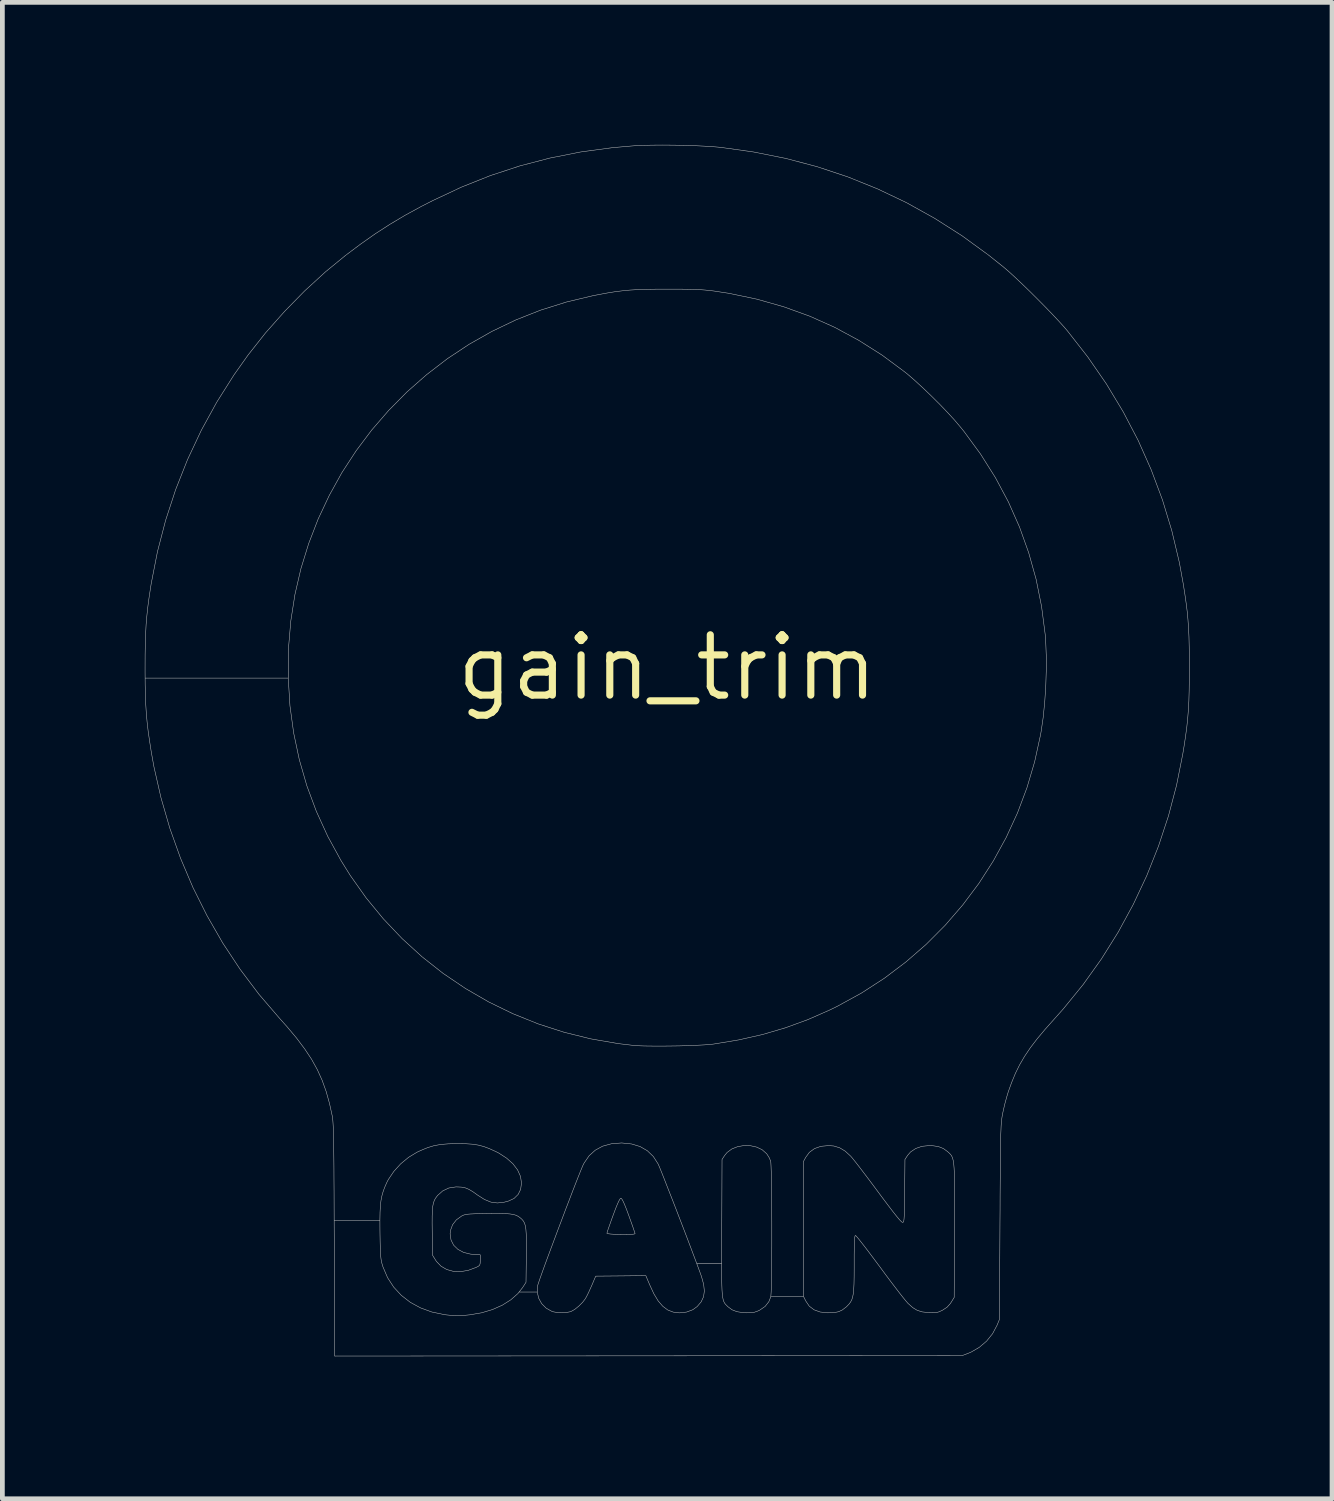
<source format=kicad_pcb>
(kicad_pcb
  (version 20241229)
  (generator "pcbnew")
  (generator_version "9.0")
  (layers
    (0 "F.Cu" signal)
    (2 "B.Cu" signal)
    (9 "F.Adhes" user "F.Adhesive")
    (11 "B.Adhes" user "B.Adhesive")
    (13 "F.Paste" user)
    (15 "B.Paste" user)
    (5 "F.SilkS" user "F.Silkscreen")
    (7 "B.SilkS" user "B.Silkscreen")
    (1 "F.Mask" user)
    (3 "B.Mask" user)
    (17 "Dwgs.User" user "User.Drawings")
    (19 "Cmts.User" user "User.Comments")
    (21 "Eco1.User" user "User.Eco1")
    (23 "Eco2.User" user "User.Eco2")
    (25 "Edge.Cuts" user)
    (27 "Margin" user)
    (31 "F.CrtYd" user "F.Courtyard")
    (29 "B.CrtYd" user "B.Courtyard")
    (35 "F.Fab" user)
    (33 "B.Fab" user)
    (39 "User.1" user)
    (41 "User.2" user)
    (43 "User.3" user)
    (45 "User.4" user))
  (footprint "gain_trim"
    (layer "F.Cu")
    (at 11.001 11.008)
    (property "Reference" "gain_trim" (at 0 0 0) (layer "F.SilkS") (effects (font (size 1.27 1.27) (thickness 0.15))))
    (attr through_hole)
    (fp_poly (pts (xy -0.958 11.189) (xy -0.933 11.232) (xy -0.899 11.306) (xy -0.856 11.414) (xy -0.809 11.541) (xy -0.767 11.658) (xy -0.73 11.761) (xy -0.702 11.844) (xy -0.683 11.9) (xy -0.677 11.922) (xy -0.697 11.93) (xy -0.75 11.935) (xy -0.826 11.938) (xy -0.918 11.939) (xy -1.014 11.938) (xy -1.107 11.935) (xy -1.186 11.93) (xy -1.244 11.923) (xy -1.269 11.915) (xy -1.27 11.914) (xy -1.263 11.887) (xy -1.244 11.827) (xy -1.214 11.742) (xy -1.177 11.637) (xy -1.139 11.533) (xy -1.087 11.393) (xy -1.045 11.29) (xy -1.013 11.222) (xy -0.99 11.185) (xy -0.975 11.176) (xy -0.958 11.189)) (stroke (width 0.01) (type solid)) (fill yes) (layer "F.Mask"))
    (fp_poly (pts (xy 0.131 -11.001) (xy 0.371 -10.997) (xy 0.605 -10.989) (xy 0.821 -10.978) (xy 1.012 -10.965) (xy 1.122 -10.955) (xy 1.815 -10.858) (xy 2.492 -10.723) (xy 3.152 -10.549) (xy 3.797 -10.335) (xy 4.425 -10.082) (xy 5.037 -9.791) (xy 5.632 -9.46) (xy 6.211 -9.091) (xy 6.772 -8.682) (xy 7.091 -8.427) (xy 7.2 -8.333) (xy 7.331 -8.213) (xy 7.479 -8.073) (xy 7.636 -7.921) (xy 7.797 -7.761) (xy 7.955 -7.601) (xy 8.106 -7.445) (xy 8.241 -7.301) (xy 8.356 -7.174) (xy 8.427 -7.091) (xy 8.857 -6.54) (xy 9.249 -5.972) (xy 9.602 -5.386) (xy 9.917 -4.784) (xy 10.192 -4.165) (xy 10.429 -3.531) (xy 10.626 -2.881) (xy 10.784 -2.216) (xy 10.868 -1.756) (xy 10.901 -1.544) (xy 10.928 -1.355) (xy 10.95 -1.179) (xy 10.966 -1.008) (xy 10.978 -0.833) (xy 10.987 -0.648) (xy 10.992 -0.442) (xy 10.995 -0.209) (xy 10.995 -0.011) (xy 10.994 0.258) (xy 10.991 0.492) (xy 10.985 0.701) (xy 10.975 0.892) (xy 10.96 1.075) (xy 10.941 1.258) (xy 10.915 1.449) (xy 10.884 1.656) (xy 10.857 1.82) (xy 10.726 2.478) (xy 10.555 3.126) (xy 10.345 3.762) (xy 10.098 4.384) (xy 9.814 4.988) (xy 9.496 5.573) (xy 9.143 6.137) (xy 8.758 6.676) (xy 8.34 7.189) (xy 8.155 7.397) (xy 7.958 7.618) (xy 7.79 7.819) (xy 7.647 8.006) (xy 7.526 8.186) (xy 7.422 8.364) (xy 7.332 8.546) (xy 7.252 8.74) (xy 7.185 8.925) (xy 7.149 9.044) (xy 7.111 9.183) (xy 7.079 9.319) (xy 7.066 9.381) (xy 7.058 9.422) (xy 7.051 9.461) (xy 7.045 9.502) (xy 7.04 9.547) (xy 7.035 9.599) (xy 7.031 9.661) (xy 7.028 9.736) (xy 7.024 9.826) (xy 7.022 9.935) (xy 7.02 10.064) (xy 7.017 10.217) (xy 7.016 10.397) (xy 7.014 10.605) (xy 7.012 10.847) (xy 7.01 11.122) (xy 7.009 11.436) (xy 7.007 11.673) (xy 6.996 13.727) (xy 6.946 13.85) (xy 6.852 14.027) (xy 6.725 14.185) (xy 6.569 14.317) (xy 6.392 14.419) (xy 6.335 14.442) (xy 6.212 14.489) (xy -7.004 14.499) (xy -7.012 12.06) (xy -7.014 11.679) (xy -7.014 11.639) (xy -6.051 11.639) (xy -6.05 11.835) (xy -6.049 11.912) (xy -6.046 12.08) (xy -6.043 12.211) (xy -6.039 12.313) (xy -6.034 12.393) (xy -6.027 12.455) (xy -6.018 12.508) (xy -6.006 12.557) (xy -5.99 12.609) (xy -5.983 12.629) (xy -5.889 12.849) (xy -5.76 13.047) (xy -5.6 13.22) (xy -5.411 13.367) (xy -5.196 13.484) (xy -4.958 13.571) (xy -4.699 13.625) (xy -4.659 13.631) (xy -4.541 13.643) (xy -4.444 13.648) (xy -4.351 13.647) (xy -4.243 13.639) (xy -4.154 13.63) (xy -3.909 13.588) (xy -3.681 13.52) (xy -3.474 13.428) (xy -3.295 13.315) (xy -3.146 13.184) (xy -3.12 13.151) (xy -2.737 13.151) (xy -2.707 13.281) (xy -2.644 13.396) (xy -2.55 13.49) (xy -2.432 13.556) (xy -2.4 13.567) (xy -2.317 13.582) (xy -2.218 13.586) (xy -2.119 13.581) (xy -2.039 13.565) (xy -2.023 13.559) (xy -1.946 13.515) (xy -1.862 13.447) (xy -1.782 13.367) (xy -1.724 13.291) (xy -1.695 13.238) (xy -1.656 13.16) (xy -1.614 13.067) (xy -1.591 13.016) (xy -1.506 12.816) (xy -0.978 12.811) (xy -0.451 12.805) (xy -0.368 13.001) (xy -0.28 13.19) (xy -0.19 13.339) (xy -0.094 13.45) (xy 0.01 13.528) (xy 0.124 13.573) (xy 0.252 13.589) (xy 0.263 13.589) (xy 0.41 13.572) (xy 0.539 13.523) (xy 0.631 13.456) (xy 0.715 13.357) (xy 0.765 13.25) (xy 0.782 13.129) (xy 0.767 12.989) (xy 0.722 12.826) (xy 0.694 12.747) (xy 0.654 12.638) (xy 0.621 12.549) (xy 1.145 12.549) (xy 1.146 12.732) (xy 1.147 12.885) (xy 1.15 13.012) (xy 1.154 13.115) (xy 1.16 13.197) (xy 1.168 13.261) (xy 1.178 13.311) (xy 1.191 13.35) (xy 1.206 13.38) (xy 1.224 13.405) (xy 1.246 13.428) (xy 1.271 13.452) (xy 1.276 13.458) (xy 1.364 13.524) (xy 1.47 13.565) (xy 1.603 13.585) (xy 1.674 13.588) (xy 1.768 13.586) (xy 1.839 13.575) (xy 1.904 13.552) (xy 1.949 13.531) (xy 2.061 13.454) (xy 2.14 13.354) (xy 2.18 13.253) (xy 2.184 13.215) (xy 2.189 13.139) (xy 2.192 13.029) (xy 2.195 12.891) (xy 2.198 12.729) (xy 2.2 12.547) (xy 2.201 12.349) (xy 2.202 12.14) (xy 2.202 11.924) (xy 2.202 11.707) (xy 2.201 11.492) (xy 2.2 11.284) (xy 2.198 11.087) (xy 2.196 10.905) (xy 2.193 10.744) (xy 2.19 10.608) (xy 2.186 10.5) (xy 2.182 10.426) (xy 2.179 10.403) (xy 2.868 10.403) (xy 2.868 13.24) (xy 2.918 13.34) (xy 2.991 13.448) (xy 3.092 13.525) (xy 3.22 13.571) (xy 3.378 13.588) (xy 3.387 13.588) (xy 3.475 13.585) (xy 3.56 13.575) (xy 3.609 13.565) (xy 3.686 13.529) (xy 3.771 13.464) (xy 3.791 13.444) (xy 3.83 13.403) (xy 3.861 13.361) (xy 3.886 13.315) (xy 3.904 13.258) (xy 3.918 13.187) (xy 3.927 13.096) (xy 3.933 12.979) (xy 3.936 12.833) (xy 3.937 12.653) (xy 3.937 12.54) (xy 3.937 12.362) (xy 3.939 12.222) (xy 3.941 12.116) (xy 3.945 12.041) (xy 3.95 11.993) (xy 3.956 11.967) (xy 3.964 11.959) (xy 3.983 11.976) (xy 4.023 12.023) (xy 4.082 12.097) (xy 4.158 12.194) (xy 4.247 12.311) (xy 4.346 12.443) (xy 4.454 12.588) (xy 4.478 12.62) (xy 4.59 12.772) (xy 4.699 12.918) (xy 4.801 13.052) (xy 4.892 13.171) (xy 4.969 13.269) (xy 5.029 13.342) (xy 5.067 13.386) (xy 5.069 13.388) (xy 5.169 13.478) (xy 5.264 13.536) (xy 5.37 13.569) (xy 5.502 13.584) (xy 5.514 13.585) (xy 5.604 13.587) (xy 5.668 13.583) (xy 5.722 13.568) (xy 5.781 13.541) (xy 5.799 13.532) (xy 5.892 13.471) (xy 5.961 13.395) (xy 5.979 13.367) (xy 6.043 13.264) (xy 6.049 11.868) (xy 6.05 11.576) (xy 6.051 11.323) (xy 6.051 11.107) (xy 6.051 10.924) (xy 6.049 10.771) (xy 6.046 10.644) (xy 6.041 10.541) (xy 6.034 10.459) (xy 6.025 10.394) (xy 6.013 10.343) (xy 5.999 10.304) (xy 5.982 10.273) (xy 5.961 10.247) (xy 5.937 10.223) (xy 5.909 10.198) (xy 5.907 10.196) (xy 5.816 10.129) (xy 5.713 10.088) (xy 5.588 10.069) (xy 5.513 10.067) (xy 5.364 10.082) (xy 5.232 10.128) (xy 5.124 10.201) (xy 5.063 10.272) (xy 5.006 10.358) (xy 5 11.021) (xy 4.998 11.206) (xy 4.996 11.353) (xy 4.994 11.466) (xy 4.991 11.55) (xy 4.987 11.61) (xy 4.982 11.648) (xy 4.976 11.671) (xy 4.967 11.681) (xy 4.957 11.684) (xy 4.954 11.684) (xy 4.932 11.67) (xy 4.89 11.626) (xy 4.829 11.553) (xy 4.746 11.448) (xy 4.641 11.31) (xy 4.513 11.14) (xy 4.442 11.044) (xy 4.331 10.894) (xy 4.223 10.75) (xy 4.122 10.617) (xy 4.033 10.5) (xy 3.957 10.403) (xy 3.899 10.331) (xy 3.864 10.29) (xy 3.747 10.183) (xy 3.631 10.113) (xy 3.507 10.075) (xy 3.397 10.067) (xy 3.236 10.082) (xy 3.101 10.13) (xy 2.993 10.209) (xy 2.916 10.315) (xy 2.868 10.403) (xy 2.179 10.403) (xy 2.177 10.391) (xy 2.147 10.321) (xy 2.103 10.251) (xy 2.093 10.237) (xy 1.999 10.154) (xy 1.882 10.098) (xy 1.752 10.069) (xy 1.616 10.066) (xy 1.483 10.089) (xy 1.362 10.137) (xy 1.261 10.211) (xy 1.211 10.272) (xy 1.154 10.358) (xy 1.148 11.788) (xy 1.146 12.08) (xy 1.146 12.332) (xy 1.145 12.549) (xy 0.621 12.549) (xy 0.604 12.503) (xy 0.545 12.347) (xy 0.48 12.174) (xy 0.41 11.989) (xy 0.336 11.796) (xy 0.261 11.601) (xy 0.186 11.406) (xy 0.113 11.218) (xy 0.043 11.04) (xy -0.021 10.877) (xy -0.077 10.733) (xy -0.125 10.613) (xy -0.162 10.522) (xy -0.187 10.464) (xy -0.194 10.45) (xy -0.293 10.296) (xy -0.419 10.175) (xy -0.571 10.087) (xy -0.748 10.033) (xy -0.95 10.012) (xy -0.972 10.012) (xy -1.178 10.029) (xy -1.36 10.079) (xy -1.516 10.164) (xy -1.645 10.281) (xy -1.749 10.432) (xy -1.773 10.479) (xy -1.797 10.534) (xy -1.833 10.622) (xy -1.88 10.74) (xy -1.936 10.882) (xy -1.999 11.044) (xy -2.067 11.223) (xy -2.14 11.412) (xy -2.214 11.609) (xy -2.29 11.809) (xy -2.364 12.008) (xy -2.436 12.2) (xy -2.504 12.382) (xy -2.566 12.55) (xy -2.62 12.699) (xy -2.665 12.825) (xy -2.699 12.923) (xy -2.721 12.989) (xy -2.728 13.014) (xy -2.737 13.151) (xy -3.12 13.151) (xy -3.045 13.056) (xy -2.974 12.945) (xy -2.967 12.384) (xy -2.966 12.194) (xy -2.966 12.04) (xy -2.97 11.919) (xy -2.977 11.825) (xy -2.989 11.753) (xy -3.006 11.698) (xy -3.03 11.655) (xy -3.06 11.619) (xy -3.093 11.59) (xy -3.135 11.559) (xy -3.181 11.535) (xy -3.238 11.518) (xy -3.312 11.506) (xy -3.407 11.499) (xy -3.53 11.496) (xy -3.687 11.496) (xy -3.786 11.497) (xy -3.939 11.5) (xy -4.055 11.503) (xy -4.142 11.507) (xy -4.205 11.512) (xy -4.252 11.52) (xy -4.287 11.53) (xy -4.319 11.544) (xy -4.329 11.55) (xy -4.441 11.631) (xy -4.52 11.733) (xy -4.564 11.851) (xy -4.572 11.927) (xy -4.553 12.055) (xy -4.498 12.164) (xy -4.409 12.251) (xy -4.292 12.315) (xy -4.148 12.351) (xy -4.09 12.357) (xy -3.937 12.367) (xy -3.937 12.479) (xy -3.939 12.544) (xy -3.949 12.583) (xy -3.977 12.608) (xy -4.027 12.633) (xy -4.191 12.694) (xy -4.352 12.721) (xy -4.504 12.715) (xy -4.644 12.676) (xy -4.764 12.606) (xy -4.86 12.506) (xy -4.878 12.479) (xy -4.942 12.375) (xy -4.949 11.876) (xy -4.951 11.695) (xy -4.95 11.55) (xy -4.946 11.436) (xy -4.938 11.347) (xy -4.924 11.278) (xy -4.905 11.222) (xy -4.88 11.175) (xy -4.846 11.13) (xy -4.834 11.115) (xy -4.727 11.02) (xy -4.6 10.96) (xy -4.452 10.937) (xy -4.427 10.937) (xy -4.335 10.941) (xy -4.255 10.956) (xy -4.177 10.988) (xy -4.09 11.04) (xy -3.992 11.11) (xy -3.848 11.202) (xy -3.713 11.257) (xy -3.576 11.275) (xy -3.43 11.258) (xy -3.344 11.235) (xy -3.226 11.18) (xy -3.14 11.096) (xy -3.087 10.988) (xy -3.069 10.856) (xy -3.069 10.854) (xy -3.09 10.715) (xy -3.151 10.579) (xy -3.249 10.45) (xy -3.381 10.332) (xy -3.544 10.226) (xy -3.607 10.194) (xy -3.742 10.132) (xy -3.862 10.087) (xy -3.98 10.056) (xy -4.107 10.037) (xy -4.254 10.027) (xy -4.424 10.025) (xy -4.613 10.03) (xy -4.771 10.043) (xy -4.912 10.069) (xy -5.047 10.11) (xy -5.187 10.168) (xy -5.271 10.207) (xy -5.447 10.314) (xy -5.613 10.451) (xy -5.757 10.61) (xy -5.872 10.78) (xy -5.902 10.837) (xy -5.946 10.936) (xy -5.981 11.029) (xy -6.008 11.123) (xy -6.028 11.224) (xy -6.041 11.34) (xy -6.048 11.476) (xy -6.051 11.639) (xy -7.014 11.639) (xy -7.015 11.338) (xy -7.016 11.035) (xy -7.018 10.767) (xy -7.019 10.532) (xy -7.021 10.327) (xy -7.023 10.151) (xy -7.025 10) (xy -7.028 9.873) (xy -7.03 9.767) (xy -7.033 9.679) (xy -7.037 9.608) (xy -7.041 9.551) (xy -7.045 9.506) (xy -7.05 9.469) (xy -7.053 9.449) (xy -7.113 9.176) (xy -7.183 8.926) (xy -7.267 8.692) (xy -7.368 8.469) (xy -7.489 8.25) (xy -7.635 8.03) (xy -7.806 7.802) (xy -8.008 7.561) (xy -8.167 7.383) (xy -8.596 6.883) (xy -8.993 6.356) (xy -9.359 5.803) (xy -9.69 5.227) (xy -9.988 4.631) (xy -10.249 4.016) (xy -10.474 3.386) (xy -10.661 2.741) (xy -10.81 2.086) (xy -10.867 1.767) (xy -10.901 1.547) (xy -10.93 1.348) (xy -10.952 1.16) (xy -10.969 0.976) (xy -10.981 0.787) (xy -10.989 0.584) (xy -10.994 0.358) (xy -10.995 0.222) (xy -7.981 0.222) (xy -7.945 0.804) (xy -7.867 1.377) (xy -7.748 1.939) (xy -7.589 2.49) (xy -7.389 3.028) (xy -7.149 3.554) (xy -6.869 4.066) (xy -6.674 4.379) (xy -6.34 4.851) (xy -5.976 5.294) (xy -5.584 5.707) (xy -5.164 6.09) (xy -4.72 6.44) (xy -4.251 6.757) (xy -3.761 7.041) (xy -3.249 7.29) (xy -2.72 7.503) (xy -2.173 7.68) (xy -1.61 7.819) (xy -1.033 7.919) (xy -0.72 7.956) (xy -0.615 7.964) (xy -0.476 7.969) (xy -0.312 7.971) (xy -0.129 7.972) (xy 0.064 7.97) (xy 0.259 7.967) (xy 0.449 7.961) (xy 0.626 7.954) (xy 0.781 7.946) (xy 0.908 7.936) (xy 0.974 7.929) (xy 1.506 7.841) (xy 2.01 7.727) (xy 2.495 7.584) (xy 2.966 7.412) (xy 3.431 7.207) (xy 3.588 7.13) (xy 4.093 6.853) (xy 4.573 6.542) (xy 5.027 6.199) (xy 5.455 5.827) (xy 5.854 5.426) (xy 6.223 4.999) (xy 6.561 4.548) (xy 6.866 4.074) (xy 7.138 3.578) (xy 7.375 3.064) (xy 7.575 2.532) (xy 7.737 1.985) (xy 7.86 1.424) (xy 7.874 1.344) (xy 7.917 1.051) (xy 7.949 0.732) (xy 7.971 0.401) (xy 7.982 0.068) (xy 7.982 -0.255) (xy 7.97 -0.555) (xy 7.959 -0.701) (xy 7.883 -1.287) (xy 7.768 -1.86) (xy 7.612 -2.418) (xy 7.418 -2.961) (xy 7.184 -3.489) (xy 6.911 -4) (xy 6.599 -4.495) (xy 6.249 -4.973) (xy 6.171 -5.069) (xy 6.05 -5.212) (xy 5.903 -5.372) (xy 5.739 -5.543) (xy 5.565 -5.716) (xy 5.389 -5.885) (xy 5.22 -6.04) (xy 5.065 -6.175) (xy 5 -6.227) (xy 4.527 -6.578) (xy 4.035 -6.89) (xy 3.526 -7.165) (xy 2.998 -7.401) (xy 2.452 -7.598) (xy 1.888 -7.758) (xy 1.306 -7.88) (xy 0.974 -7.931) (xy 0.877 -7.942) (xy 0.777 -7.952) (xy 0.668 -7.959) (xy 0.543 -7.964) (xy 0.394 -7.967) (xy 0.217 -7.969) (xy 0.004 -7.969) (xy 0 -7.969) (xy -0.24 -7.968) (xy -0.446 -7.965) (xy -0.626 -7.959) (xy -0.789 -7.949) (xy -0.943 -7.934) (xy -1.097 -7.915) (xy -1.258 -7.889) (xy -1.435 -7.856) (xy -1.569 -7.83) (xy -2.126 -7.697) (xy -2.666 -7.527) (xy -3.188 -7.321) (xy -3.691 -7.08) (xy -4.173 -6.807) (xy -4.633 -6.502) (xy -5.069 -6.167) (xy -5.481 -5.804) (xy -5.866 -5.415) (xy -6.224 -5.001) (xy -6.552 -4.564) (xy -6.851 -4.105) (xy -7.117 -3.625) (xy -7.351 -3.128) (xy -7.55 -2.613) (xy -7.714 -2.083) (xy -7.84 -1.539) (xy -7.927 -0.983) (xy -7.975 -0.417) (xy -7.977 -0.37) (xy -7.981 0.222) (xy -10.995 0.222) (xy -10.996 0.103) (xy -10.996 0) (xy -10.995 -0.269) (xy -10.991 -0.505) (xy -10.984 -0.715) (xy -10.974 -0.908) (xy -10.958 -1.093) (xy -10.938 -1.278) (xy -10.912 -1.473) (xy -10.88 -1.684) (xy -10.867 -1.767) (xy -10.735 -2.441) (xy -10.563 -3.102) (xy -10.352 -3.748) (xy -10.102 -4.379) (xy -9.814 -4.992) (xy -9.487 -5.588) (xy -9.123 -6.164) (xy -8.826 -6.583) (xy -8.459 -7.048) (xy -8.059 -7.499) (xy -7.636 -7.931) (xy -7.195 -8.335) (xy -6.774 -8.68) (xy -6.454 -8.92) (xy -6.147 -9.136) (xy -5.839 -9.335) (xy -5.52 -9.525) (xy -5.179 -9.711) (xy -4.942 -9.832) (xy -4.335 -10.117) (xy -3.723 -10.361) (xy -3.102 -10.565) (xy -2.469 -10.73) (xy -1.822 -10.858) (xy -1.158 -10.948) (xy -0.709 -10.987) (xy -0.536 -10.996) (xy -0.333 -11.001) (xy -0.107 -11.003) (xy 0.131 -11.001)) (stroke (width 0.01) (type solid)) (fill yes) (layer "F.Mask"))
    (fp_poly (pts (xy -0.958 11.189) (xy -0.933 11.232) (xy -0.899 11.306) (xy -0.856 11.414) (xy -0.809 11.541) (xy -0.767 11.658) (xy -0.73 11.761) (xy -0.702 11.844) (xy -0.683 11.9) (xy -0.677 11.922) (xy -0.697 11.93) (xy -0.75 11.935) (xy -0.826 11.938) (xy -0.918 11.939) (xy -1.014 11.938) (xy -1.107 11.935) (xy -1.186 11.93) (xy -1.244 11.923) (xy -1.269 11.915) (xy -1.27 11.914) (xy -1.263 11.887) (xy -1.244 11.827) (xy -1.214 11.742) (xy -1.177 11.637) (xy -1.139 11.533) (xy -1.087 11.393) (xy -1.045 11.29) (xy -1.013 11.222) (xy -0.99 11.185) (xy -0.975 11.176) (xy -0.958 11.189)) (stroke (width 0.01) (type solid)) (fill no) (layer "Dwgs.User"))
    (fp_poly (pts (xy 0.131 -11.001) (xy 0.371 -10.997) (xy 0.605 -10.989) (xy 0.821 -10.978) (xy 1.012 -10.965) (xy 1.122 -10.955) (xy 1.815 -10.858) (xy 2.492 -10.723) (xy 3.152 -10.549) (xy 3.797 -10.335) (xy 4.425 -10.082) (xy 5.037 -9.791) (xy 5.632 -9.46) (xy 6.211 -9.091) (xy 6.772 -8.682) (xy 7.091 -8.427) (xy 7.2 -8.333) (xy 7.331 -8.213) (xy 7.479 -8.073) (xy 7.636 -7.921) (xy 7.797 -7.761) (xy 7.955 -7.601) (xy 8.106 -7.445) (xy 8.241 -7.301) (xy 8.356 -7.174) (xy 8.427 -7.091) (xy 8.857 -6.54) (xy 9.249 -5.972) (xy 9.602 -5.386) (xy 9.917 -4.784) (xy 10.192 -4.165) (xy 10.429 -3.531) (xy 10.626 -2.881) (xy 10.784 -2.216) (xy 10.868 -1.756) (xy 10.901 -1.544) (xy 10.928 -1.355) (xy 10.95 -1.179) (xy 10.966 -1.008) (xy 10.978 -0.833) (xy 10.987 -0.648) (xy 10.992 -0.442) (xy 10.995 -0.209) (xy 10.995 -0.011) (xy 10.994 0.258) (xy 10.991 0.492) (xy 10.985 0.701) (xy 10.975 0.892) (xy 10.96 1.075) (xy 10.941 1.258) (xy 10.915 1.449) (xy 10.884 1.656) (xy 10.857 1.82) (xy 10.726 2.478) (xy 10.555 3.126) (xy 10.345 3.762) (xy 10.098 4.384) (xy 9.814 4.988) (xy 9.496 5.573) (xy 9.143 6.137) (xy 8.758 6.676) (xy 8.34 7.189) (xy 8.155 7.397) (xy 7.958 7.618) (xy 7.79 7.819) (xy 7.647 8.006) (xy 7.526 8.186) (xy 7.422 8.364) (xy 7.332 8.546) (xy 7.252 8.74) (xy 7.185 8.925) (xy 7.149 9.044) (xy 7.111 9.183) (xy 7.079 9.319) (xy 7.066 9.381) (xy 7.058 9.422) (xy 7.051 9.461) (xy 7.045 9.502) (xy 7.04 9.547) (xy 7.035 9.599) (xy 7.031 9.661) (xy 7.028 9.736) (xy 7.024 9.826) (xy 7.022 9.935) (xy 7.02 10.064) (xy 7.017 10.217) (xy 7.016 10.397) (xy 7.014 10.605) (xy 7.012 10.847) (xy 7.01 11.122) (xy 7.009 11.436) (xy 7.007 11.673) (xy 6.996 13.727) (xy 6.946 13.85) (xy 6.852 14.027) (xy 6.725 14.185) (xy 6.569 14.317) (xy 6.392 14.419) (xy 6.335 14.442) (xy 6.212 14.489) (xy -7.004 14.499) (xy -7.012 12.06) (xy -7.014 11.679) (xy -7.014 11.639) (xy -6.051 11.639) (xy -6.05 11.835) (xy -6.049 11.912) (xy -6.046 12.08) (xy -6.043 12.211) (xy -6.039 12.313) (xy -6.034 12.393) (xy -6.027 12.455) (xy -6.018 12.508) (xy -6.006 12.557) (xy -5.99 12.609) (xy -5.983 12.629) (xy -5.889 12.849) (xy -5.76 13.047) (xy -5.6 13.22) (xy -5.411 13.367) (xy -5.196 13.484) (xy -4.958 13.571) (xy -4.699 13.625) (xy -4.659 13.631) (xy -4.541 13.643) (xy -4.444 13.648) (xy -4.351 13.647) (xy -4.243 13.639) (xy -4.154 13.63) (xy -3.909 13.588) (xy -3.681 13.52) (xy -3.474 13.428) (xy -3.295 13.315) (xy -3.146 13.184) (xy -3.12 13.151) (xy -2.737 13.151) (xy -2.707 13.281) (xy -2.644 13.396) (xy -2.55 13.49) (xy -2.432 13.556) (xy -2.4 13.567) (xy -2.317 13.582) (xy -2.218 13.586) (xy -2.119 13.581) (xy -2.039 13.565) (xy -2.023 13.559) (xy -1.946 13.515) (xy -1.862 13.447) (xy -1.782 13.367) (xy -1.724 13.291) (xy -1.695 13.238) (xy -1.656 13.16) (xy -1.614 13.067) (xy -1.591 13.016) (xy -1.506 12.816) (xy -0.978 12.811) (xy -0.451 12.805) (xy -0.368 13.001) (xy -0.28 13.19) (xy -0.19 13.339) (xy -0.094 13.45) (xy 0.01 13.528) (xy 0.124 13.573) (xy 0.252 13.589) (xy 0.263 13.589) (xy 0.41 13.572) (xy 0.539 13.523) (xy 0.631 13.456) (xy 0.715 13.357) (xy 0.765 13.25) (xy 0.782 13.129) (xy 0.767 12.989) (xy 0.722 12.826) (xy 0.694 12.747) (xy 0.654 12.638) (xy 0.621 12.549) (xy 1.145 12.549) (xy 1.146 12.732) (xy 1.147 12.885) (xy 1.15 13.012) (xy 1.154 13.115) (xy 1.16 13.197) (xy 1.168 13.261) (xy 1.178 13.311) (xy 1.191 13.35) (xy 1.206 13.38) (xy 1.224 13.405) (xy 1.246 13.428) (xy 1.271 13.452) (xy 1.276 13.458) (xy 1.364 13.524) (xy 1.47 13.565) (xy 1.603 13.585) (xy 1.674 13.588) (xy 1.768 13.586) (xy 1.839 13.575) (xy 1.904 13.552) (xy 1.949 13.531) (xy 2.061 13.454) (xy 2.14 13.354) (xy 2.18 13.253) (xy 2.184 13.215) (xy 2.189 13.139) (xy 2.192 13.029) (xy 2.195 12.891) (xy 2.198 12.729) (xy 2.2 12.547) (xy 2.201 12.349) (xy 2.202 12.14) (xy 2.202 11.924) (xy 2.202 11.707) (xy 2.201 11.492) (xy 2.2 11.284) (xy 2.198 11.087) (xy 2.196 10.905) (xy 2.193 10.744) (xy 2.19 10.608) (xy 2.186 10.5) (xy 2.182 10.426) (xy 2.179 10.403) (xy 2.868 10.403) (xy 2.868 13.24) (xy 2.918 13.34) (xy 2.991 13.448) (xy 3.092 13.525) (xy 3.22 13.571) (xy 3.378 13.588) (xy 3.387 13.588) (xy 3.475 13.585) (xy 3.56 13.575) (xy 3.609 13.565) (xy 3.686 13.529) (xy 3.771 13.464) (xy 3.791 13.444) (xy 3.83 13.403) (xy 3.861 13.361) (xy 3.886 13.315) (xy 3.904 13.258) (xy 3.918 13.187) (xy 3.927 13.096) (xy 3.933 12.979) (xy 3.936 12.833) (xy 3.937 12.653) (xy 3.937 12.54) (xy 3.937 12.362) (xy 3.939 12.222) (xy 3.941 12.116) (xy 3.945 12.041) (xy 3.95 11.993) (xy 3.956 11.967) (xy 3.964 11.959) (xy 3.983 11.976) (xy 4.023 12.023) (xy 4.082 12.097) (xy 4.158 12.194) (xy 4.247 12.311) (xy 4.346 12.443) (xy 4.454 12.588) (xy 4.478 12.62) (xy 4.59 12.772) (xy 4.699 12.918) (xy 4.801 13.052) (xy 4.892 13.171) (xy 4.969 13.269) (xy 5.029 13.342) (xy 5.067 13.386) (xy 5.069 13.388) (xy 5.169 13.478) (xy 5.264 13.536) (xy 5.37 13.569) (xy 5.502 13.584) (xy 5.514 13.585) (xy 5.604 13.587) (xy 5.668 13.583) (xy 5.722 13.568) (xy 5.781 13.541) (xy 5.799 13.532) (xy 5.892 13.471) (xy 5.961 13.395) (xy 5.979 13.367) (xy 6.043 13.264) (xy 6.049 11.868) (xy 6.05 11.576) (xy 6.051 11.323) (xy 6.051 11.107) (xy 6.051 10.924) (xy 6.049 10.771) (xy 6.046 10.644) (xy 6.041 10.541) (xy 6.034 10.459) (xy 6.025 10.394) (xy 6.013 10.343) (xy 5.999 10.304) (xy 5.982 10.273) (xy 5.961 10.247) (xy 5.937 10.223) (xy 5.909 10.198) (xy 5.907 10.196) (xy 5.816 10.129) (xy 5.713 10.088) (xy 5.588 10.069) (xy 5.513 10.067) (xy 5.364 10.082) (xy 5.232 10.128) (xy 5.124 10.201) (xy 5.063 10.272) (xy 5.006 10.358) (xy 5 11.021) (xy 4.998 11.206) (xy 4.996 11.353) (xy 4.994 11.466) (xy 4.991 11.55) (xy 4.987 11.61) (xy 4.982 11.648) (xy 4.976 11.671) (xy 4.967 11.681) (xy 4.957 11.684) (xy 4.954 11.684) (xy 4.932 11.67) (xy 4.89 11.626) (xy 4.829 11.553) (xy 4.746 11.448) (xy 4.641 11.31) (xy 4.513 11.14) (xy 4.442 11.044) (xy 4.331 10.894) (xy 4.223 10.75) (xy 4.122 10.617) (xy 4.033 10.5) (xy 3.957 10.403) (xy 3.899 10.331) (xy 3.864 10.29) (xy 3.747 10.183) (xy 3.631 10.113) (xy 3.507 10.075) (xy 3.397 10.067) (xy 3.236 10.082) (xy 3.101 10.13) (xy 2.993 10.209) (xy 2.916 10.315) (xy 2.868 10.403) (xy 2.179 10.403) (xy 2.177 10.391) (xy 2.147 10.321) (xy 2.103 10.251) (xy 2.093 10.237) (xy 1.999 10.154) (xy 1.882 10.098) (xy 1.752 10.069) (xy 1.616 10.066) (xy 1.483 10.089) (xy 1.362 10.137) (xy 1.261 10.211) (xy 1.211 10.272) (xy 1.154 10.358) (xy 1.148 11.788) (xy 1.146 12.08) (xy 1.146 12.332) (xy 1.145 12.549) (xy 0.621 12.549) (xy 0.604 12.503) (xy 0.545 12.347) (xy 0.48 12.174) (xy 0.41 11.989) (xy 0.336 11.796) (xy 0.261 11.601) (xy 0.186 11.406) (xy 0.113 11.218) (xy 0.043 11.04) (xy -0.021 10.877) (xy -0.077 10.733) (xy -0.125 10.613) (xy -0.162 10.522) (xy -0.187 10.464) (xy -0.194 10.45) (xy -0.293 10.296) (xy -0.419 10.175) (xy -0.571 10.087) (xy -0.748 10.033) (xy -0.95 10.012) (xy -0.972 10.012) (xy -1.178 10.029) (xy -1.36 10.079) (xy -1.516 10.164) (xy -1.645 10.281) (xy -1.749 10.432) (xy -1.773 10.479) (xy -1.797 10.534) (xy -1.833 10.622) (xy -1.88 10.74) (xy -1.936 10.882) (xy -1.999 11.044) (xy -2.067 11.223) (xy -2.14 11.412) (xy -2.214 11.609) (xy -2.29 11.809) (xy -2.364 12.008) (xy -2.436 12.2) (xy -2.504 12.382) (xy -2.566 12.55) (xy -2.62 12.699) (xy -2.665 12.825) (xy -2.699 12.923) (xy -2.721 12.989) (xy -2.728 13.014) (xy -2.737 13.151) (xy -3.12 13.151) (xy -3.045 13.056) (xy -2.974 12.945) (xy -2.967 12.384) (xy -2.966 12.194) (xy -2.966 12.04) (xy -2.97 11.919) (xy -2.977 11.825) (xy -2.989 11.753) (xy -3.006 11.698) (xy -3.03 11.655) (xy -3.06 11.619) (xy -3.093 11.59) (xy -3.135 11.559) (xy -3.181 11.535) (xy -3.238 11.518) (xy -3.312 11.506) (xy -3.407 11.499) (xy -3.53 11.496) (xy -3.687 11.496) (xy -3.786 11.497) (xy -3.939 11.5) (xy -4.055 11.503) (xy -4.142 11.507) (xy -4.205 11.512) (xy -4.252 11.52) (xy -4.287 11.53) (xy -4.319 11.544) (xy -4.329 11.55) (xy -4.441 11.631) (xy -4.52 11.733) (xy -4.564 11.851) (xy -4.572 11.927) (xy -4.553 12.055) (xy -4.498 12.164) (xy -4.409 12.251) (xy -4.292 12.315) (xy -4.148 12.351) (xy -4.09 12.357) (xy -3.937 12.367) (xy -3.937 12.479) (xy -3.939 12.544) (xy -3.949 12.583) (xy -3.977 12.608) (xy -4.027 12.633) (xy -4.191 12.694) (xy -4.352 12.721) (xy -4.504 12.715) (xy -4.644 12.676) (xy -4.764 12.606) (xy -4.86 12.506) (xy -4.878 12.479) (xy -4.942 12.375) (xy -4.949 11.876) (xy -4.951 11.695) (xy -4.95 11.55) (xy -4.946 11.436) (xy -4.938 11.347) (xy -4.924 11.278) (xy -4.905 11.222) (xy -4.88 11.175) (xy -4.846 11.13) (xy -4.834 11.115) (xy -4.727 11.02) (xy -4.6 10.96) (xy -4.452 10.937) (xy -4.427 10.937) (xy -4.335 10.941) (xy -4.255 10.956) (xy -4.177 10.988) (xy -4.09 11.04) (xy -3.992 11.11) (xy -3.848 11.202) (xy -3.713 11.257) (xy -3.576 11.275) (xy -3.43 11.258) (xy -3.344 11.235) (xy -3.226 11.18) (xy -3.14 11.096) (xy -3.087 10.988) (xy -3.069 10.856) (xy -3.069 10.854) (xy -3.09 10.715) (xy -3.151 10.579) (xy -3.249 10.45) (xy -3.381 10.332) (xy -3.544 10.226) (xy -3.607 10.194) (xy -3.742 10.132) (xy -3.862 10.087) (xy -3.98 10.056) (xy -4.107 10.037) (xy -4.254 10.027) (xy -4.424 10.025) (xy -4.613 10.03) (xy -4.771 10.043) (xy -4.912 10.069) (xy -5.047 10.11) (xy -5.187 10.168) (xy -5.271 10.207) (xy -5.447 10.314) (xy -5.613 10.451) (xy -5.757 10.61) (xy -5.872 10.78) (xy -5.902 10.837) (xy -5.946 10.936) (xy -5.981 11.029) (xy -6.008 11.123) (xy -6.028 11.224) (xy -6.041 11.34) (xy -6.048 11.476) (xy -6.051 11.639) (xy -7.014 11.639) (xy -7.015 11.338) (xy -7.016 11.035) (xy -7.018 10.767) (xy -7.019 10.532) (xy -7.021 10.327) (xy -7.023 10.151) (xy -7.025 10) (xy -7.028 9.873) (xy -7.03 9.767) (xy -7.033 9.679) (xy -7.037 9.608) (xy -7.041 9.551) (xy -7.045 9.506) (xy -7.05 9.469) (xy -7.053 9.449) (xy -7.113 9.176) (xy -7.183 8.926) (xy -7.267 8.692) (xy -7.368 8.469) (xy -7.489 8.25) (xy -7.635 8.03) (xy -7.806 7.802) (xy -8.008 7.561) (xy -8.167 7.383) (xy -8.596 6.883) (xy -8.993 6.356) (xy -9.359 5.803) (xy -9.69 5.227) (xy -9.988 4.631) (xy -10.249 4.016) (xy -10.474 3.386) (xy -10.661 2.741) (xy -10.81 2.086) (xy -10.867 1.767) (xy -10.901 1.547) (xy -10.93 1.348) (xy -10.952 1.16) (xy -10.969 0.976) (xy -10.981 0.787) (xy -10.989 0.584) (xy -10.994 0.358) (xy -10.995 0.222) (xy -7.981 0.222) (xy -7.945 0.804) (xy -7.867 1.377) (xy -7.748 1.939) (xy -7.589 2.49) (xy -7.389 3.028) (xy -7.149 3.554) (xy -6.869 4.066) (xy -6.674 4.379) (xy -6.34 4.851) (xy -5.976 5.294) (xy -5.584 5.707) (xy -5.164 6.09) (xy -4.72 6.44) (xy -4.251 6.757) (xy -3.761 7.041) (xy -3.249 7.29) (xy -2.72 7.503) (xy -2.173 7.68) (xy -1.61 7.819) (xy -1.033 7.919) (xy -0.72 7.956) (xy -0.615 7.964) (xy -0.476 7.969) (xy -0.312 7.971) (xy -0.129 7.972) (xy 0.064 7.97) (xy 0.259 7.967) (xy 0.449 7.961) (xy 0.626 7.954) (xy 0.781 7.946) (xy 0.908 7.936) (xy 0.974 7.929) (xy 1.506 7.841) (xy 2.01 7.727) (xy 2.495 7.584) (xy 2.966 7.412) (xy 3.431 7.207) (xy 3.588 7.13) (xy 4.093 6.853) (xy 4.573 6.542) (xy 5.027 6.199) (xy 5.455 5.827) (xy 5.854 5.426) (xy 6.223 4.999) (xy 6.561 4.548) (xy 6.866 4.074) (xy 7.138 3.578) (xy 7.375 3.064) (xy 7.575 2.532) (xy 7.737 1.985) (xy 7.86 1.424) (xy 7.874 1.344) (xy 7.917 1.051) (xy 7.949 0.732) (xy 7.971 0.401) (xy 7.982 0.068) (xy 7.982 -0.255) (xy 7.97 -0.555) (xy 7.959 -0.701) (xy 7.883 -1.287) (xy 7.768 -1.86) (xy 7.612 -2.418) (xy 7.418 -2.961) (xy 7.184 -3.489) (xy 6.911 -4) (xy 6.599 -4.495) (xy 6.249 -4.973) (xy 6.171 -5.069) (xy 6.05 -5.212) (xy 5.903 -5.372) (xy 5.739 -5.543) (xy 5.565 -5.716) (xy 5.389 -5.885) (xy 5.22 -6.04) (xy 5.065 -6.175) (xy 5 -6.227) (xy 4.527 -6.578) (xy 4.035 -6.89) (xy 3.526 -7.165) (xy 2.998 -7.401) (xy 2.452 -7.598) (xy 1.888 -7.758) (xy 1.306 -7.88) (xy 0.974 -7.931) (xy 0.877 -7.942) (xy 0.777 -7.952) (xy 0.668 -7.959) (xy 0.543 -7.964) (xy 0.394 -7.967) (xy 0.217 -7.969) (xy 0.004 -7.969) (xy 0 -7.969) (xy -0.24 -7.968) (xy -0.446 -7.965) (xy -0.626 -7.959) (xy -0.789 -7.949) (xy -0.943 -7.934) (xy -1.097 -7.915) (xy -1.258 -7.889) (xy -1.435 -7.856) (xy -1.569 -7.83) (xy -2.126 -7.697) (xy -2.666 -7.527) (xy -3.188 -7.321) (xy -3.691 -7.08) (xy -4.173 -6.807) (xy -4.633 -6.502) (xy -5.069 -6.167) (xy -5.481 -5.804) (xy -5.866 -5.415) (xy -6.224 -5.001) (xy -6.552 -4.564) (xy -6.851 -4.105) (xy -7.117 -3.625) (xy -7.351 -3.128) (xy -7.55 -2.613) (xy -7.714 -2.083) (xy -7.84 -1.539) (xy -7.927 -0.983) (xy -7.975 -0.417) (xy -7.977 -0.37) (xy -7.981 0.222) (xy -10.995 0.222) (xy -10.996 0.103) (xy -10.996 0) (xy -10.995 -0.269) (xy -10.991 -0.505) (xy -10.984 -0.715) (xy -10.974 -0.908) (xy -10.958 -1.093) (xy -10.938 -1.278) (xy -10.912 -1.473) (xy -10.88 -1.684) (xy -10.867 -1.767) (xy -10.735 -2.441) (xy -10.563 -3.102) (xy -10.352 -3.748) (xy -10.102 -4.379) (xy -9.814 -4.992) (xy -9.487 -5.588) (xy -9.123 -6.164) (xy -8.826 -6.583) (xy -8.459 -7.048) (xy -8.059 -7.499) (xy -7.636 -7.931) (xy -7.195 -8.335) (xy -6.774 -8.68) (xy -6.454 -8.92) (xy -6.147 -9.136) (xy -5.839 -9.335) (xy -5.52 -9.525) (xy -5.179 -9.711) (xy -4.942 -9.832) (xy -4.335 -10.117) (xy -3.723 -10.361) (xy -3.102 -10.565) (xy -2.469 -10.73) (xy -1.822 -10.858) (xy -1.158 -10.948) (xy -0.709 -10.987) (xy -0.536 -10.996) (xy -0.333 -11.001) (xy -0.107 -11.003) (xy 0.131 -11.001)) (stroke (width 0.01) (type solid)) (fill no) (layer "Dwgs.User")))
  (gr_rect
    (start -3 -3)
    (end 25.001 28.512)
    (stroke (width 0.1) (type default))
    (fill no)
    (layer "Edge.Cuts")))
</source>
